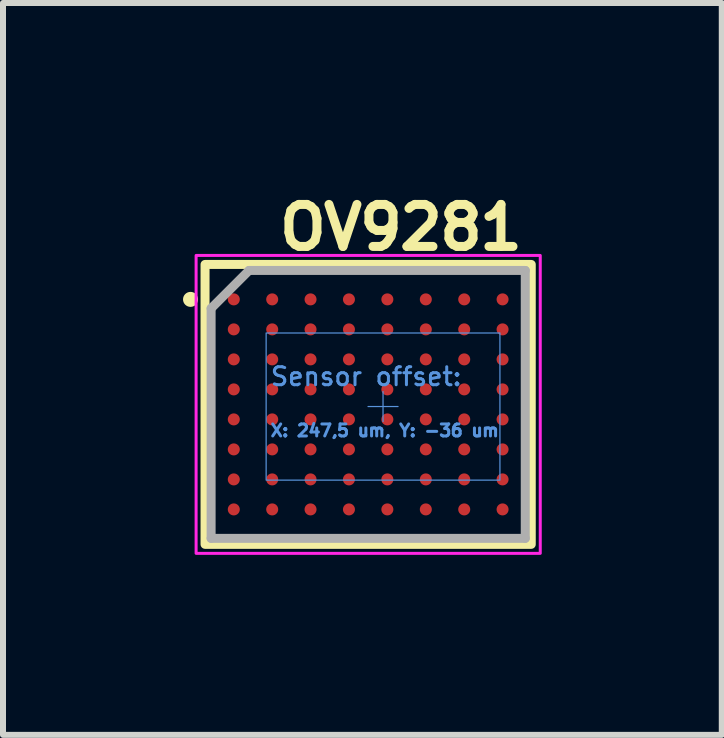
<source format=kicad_pcb>
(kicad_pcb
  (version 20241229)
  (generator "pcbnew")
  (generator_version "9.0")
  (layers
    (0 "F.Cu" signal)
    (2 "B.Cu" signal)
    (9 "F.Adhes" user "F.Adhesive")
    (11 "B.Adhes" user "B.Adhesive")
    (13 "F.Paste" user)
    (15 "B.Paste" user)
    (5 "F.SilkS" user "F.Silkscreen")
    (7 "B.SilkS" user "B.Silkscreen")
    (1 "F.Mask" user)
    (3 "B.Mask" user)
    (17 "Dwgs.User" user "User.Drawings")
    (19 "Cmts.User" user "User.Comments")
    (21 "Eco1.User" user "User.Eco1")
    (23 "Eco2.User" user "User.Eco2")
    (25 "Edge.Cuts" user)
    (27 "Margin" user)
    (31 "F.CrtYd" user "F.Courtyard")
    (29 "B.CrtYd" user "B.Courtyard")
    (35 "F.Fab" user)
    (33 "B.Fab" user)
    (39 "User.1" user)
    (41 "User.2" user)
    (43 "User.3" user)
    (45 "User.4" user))
  (footprint "OV9281"
    (layer "F.Cu")
    (at 3.333 3.725)
    (property "Reference" "OV9281" (at -1.8 -2.575 0) (unlocked yes) (layer "F.SilkS") (effects (font (size 0.7 0.7) (thickness 0.15)) (justify left bottom)))
    (attr smd)
    (fp_rect (start -2.966 -2.368) (end 2.47 2.296) (stroke (width 0.15) (type solid)) (fill no) (layer "F.SilkS"))
    (fp_circle (center -3.208 -1.786) (end -3.158 -1.786) (stroke (width 0.15) (type solid)) (fill yes) (layer "F.SilkS"))
    (fp_line (start -0.25 0) (end 0.25 0) (stroke (width 0.02) (type solid)) (layer "Cmts.User"))
    (fp_line (start 0 -0.25) (end 0 0.25) (stroke (width 0.02) (type solid)) (layer "Cmts.User"))
    (fp_rect (start -1.948 -1.226) (end 1.948 1.226) (stroke (width 0.02) (type solid)) (fill no) (layer "Cmts.User"))
    (fp_rect (start -3.115 -2.518) (end 2.62 2.446) (stroke (width 0.05) (type solid)) (fill no) (layer "F.CrtYd"))
    (fp_line (start -2.865 -1.636) (end -2.865 2.196) (stroke (width 0.15) (type solid)) (layer "F.Fab"))
    (fp_line (start -2.865 -1.636) (end -2.233 -2.268) (stroke (width 0.15) (type solid)) (layer "F.Fab"))
    (fp_line (start -2.865 2.196) (end 2.37 2.196) (stroke (width 0.15) (type solid)) (layer "F.Fab"))
    (fp_line (start 2.37 -2.268) (end -2.233 -2.268) (stroke (width 0.15) (type solid)) (layer "F.Fab"))
    (fp_line (start 2.37 2.196) (end 2.37 -2.268) (stroke (width 0.15) (type solid)) (layer "F.Fab"))
    (fp_rect (start -2.865 -2.268) (end 2.37 2.196) (stroke (width 0.1) (type solid)) (fill no) (layer "User.5"))
    (fp_rect (start -2.865 -2.268) (end 2.37 2.196) (stroke (width 0.02) (type solid)) (fill no) (layer "User.9"))
    (fp_text user "X: 247,5 um, Y: -36 um" (at -1.9 0.4 0) (layer "Cmts.User") (effects (font (size 0.2 0.2) (thickness 0.05)) (justify left)))
    (fp_text user "Sensor offset:" (at -1.9 -0.5 0) (layer "Cmts.User") (effects (font (size 0.3 0.3) (thickness 0.05)) (justify left)))
    (pad "A1" smd circle (at -2.487 -1.786) (size 0.2 0.2) (layers "F.Cu" "F.Mask" "F.Paste"))
    (pad "A2" smd circle (at -1.847 -1.786) (size 0.2 0.2) (layers "F.Cu" "F.Mask" "F.Paste"))
    (pad "A3" smd circle (at -1.208 -1.786) (size 0.2 0.2) (layers "F.Cu" "F.Mask" "F.Paste"))
    (pad "A4" smd circle (at -0.568 -1.786) (size 0.2 0.2) (layers "F.Cu" "F.Mask" "F.Paste"))
    (pad "A5" smd circle (at 0.072 -1.786) (size 0.2 0.2) (layers "F.Cu" "F.Mask" "F.Paste"))
    (pad "A6" smd circle (at 0.713 -1.786) (size 0.2 0.2) (layers "F.Cu" "F.Mask" "F.Paste"))
    (pad "A7" smd circle (at 1.353 -1.786) (size 0.2 0.2) (layers "F.Cu" "F.Mask" "F.Paste"))
    (pad "A8" smd circle (at 1.992 -1.786) (size 0.2 0.2) (layers "F.Cu" "F.Mask" "F.Paste"))
    (pad "B1" smd circle (at -2.487 -1.286) (size 0.2 0.2) (layers "F.Cu" "F.Mask" "F.Paste"))
    (pad "B2" smd circle (at -1.847 -1.286) (size 0.2 0.2) (layers "F.Cu" "F.Mask" "F.Paste"))
    (pad "B3" smd circle (at -1.208 -1.286) (size 0.2 0.2) (layers "F.Cu" "F.Mask" "F.Paste"))
    (pad "B4" smd circle (at -0.568 -1.286) (size 0.2 0.2) (layers "F.Cu" "F.Mask" "F.Paste"))
    (pad "B5" smd circle (at 0.072 -1.286) (size 0.2 0.2) (layers "F.Cu" "F.Mask" "F.Paste"))
    (pad "B6" smd circle (at 0.713 -1.286) (size 0.2 0.2) (layers "F.Cu" "F.Mask" "F.Paste"))
    (pad "B7" smd circle (at 1.353 -1.286) (size 0.2 0.2) (layers "F.Cu" "F.Mask" "F.Paste"))
    (pad "B8" smd circle (at 1.992 -1.286) (size 0.2 0.2) (layers "F.Cu" "F.Mask" "F.Paste"))
    (pad "C1" smd circle (at -2.487 -0.786) (size 0.2 0.2) (layers "F.Cu" "F.Mask" "F.Paste"))
    (pad "C2" smd circle (at -1.847 -0.786) (size 0.2 0.2) (layers "F.Cu" "F.Mask" "F.Paste"))
    (pad "C3" smd circle (at -1.208 -0.786) (size 0.2 0.2) (layers "F.Cu" "F.Mask" "F.Paste"))
    (pad "C4" smd circle (at -0.568 -0.786) (size 0.2 0.2) (layers "F.Cu" "F.Mask" "F.Paste"))
    (pad "C5" smd circle (at 0.072 -0.786) (size 0.2 0.2) (layers "F.Cu" "F.Mask" "F.Paste"))
    (pad "C6" smd circle (at 0.713 -0.786) (size 0.2 0.2) (layers "F.Cu" "F.Mask" "F.Paste"))
    (pad "C7" smd circle (at 1.353 -0.786) (size 0.2 0.2) (layers "F.Cu" "F.Mask" "F.Paste"))
    (pad "C8" smd circle (at 1.992 -0.786) (size 0.2 0.2) (layers "F.Cu" "F.Mask" "F.Paste"))
    (pad "D1" smd circle (at -2.487 -0.286) (size 0.2 0.2) (layers "F.Cu" "F.Mask" "F.Paste"))
    (pad "D2" smd circle (at -1.847 -0.286) (size 0.2 0.2) (layers "F.Cu" "F.Mask" "F.Paste"))
    (pad "D3" smd circle (at -1.208 -0.286) (size 0.2 0.2) (layers "F.Cu" "F.Mask" "F.Paste"))
    (pad "D4" smd circle (at -0.568 -0.286) (size 0.2 0.2) (layers "F.Cu" "F.Mask" "F.Paste"))
    (pad "D5" smd circle (at 0.072 -0.286) (size 0.2 0.2) (layers "F.Cu" "F.Mask" "F.Paste"))
    (pad "D6" smd circle (at 0.713 -0.286) (size 0.2 0.2) (layers "F.Cu" "F.Mask" "F.Paste"))
    (pad "D7" smd circle (at 1.353 -0.286) (size 0.2 0.2) (layers "F.Cu" "F.Mask" "F.Paste"))
    (pad "D8" smd circle (at 1.992 -0.286) (size 0.2 0.2) (layers "F.Cu" "F.Mask" "F.Paste"))
    (pad "E1" smd circle (at -2.487 0.214) (size 0.2 0.2) (layers "F.Cu" "F.Mask" "F.Paste"))
    (pad "E2" smd circle (at -1.847 0.214) (size 0.2 0.2) (layers "F.Cu" "F.Mask" "F.Paste"))
    (pad "E3" smd circle (at -1.208 0.214) (size 0.2 0.2) (layers "F.Cu" "F.Mask" "F.Paste"))
    (pad "E4" smd circle (at -0.568 0.214) (size 0.2 0.2) (layers "F.Cu" "F.Mask" "F.Paste"))
    (pad "E5" smd circle (at 0.072 0.214) (size 0.2 0.2) (layers "F.Cu" "F.Mask" "F.Paste"))
    (pad "E6" smd circle (at 0.713 0.214) (size 0.2 0.2) (layers "F.Cu" "F.Mask" "F.Paste"))
    (pad "E7" smd circle (at 1.353 0.214) (size 0.2 0.2) (layers "F.Cu" "F.Mask" "F.Paste"))
    (pad "E8" smd circle (at 1.992 0.214) (size 0.2 0.2) (layers "F.Cu" "F.Mask" "F.Paste"))
    (pad "F1" smd circle (at -2.487 0.714) (size 0.2 0.2) (layers "F.Cu" "F.Mask" "F.Paste"))
    (pad "F2" smd circle (at -1.847 0.714) (size 0.2 0.2) (layers "F.Cu" "F.Mask" "F.Paste"))
    (pad "F3" smd circle (at -1.208 0.714) (size 0.2 0.2) (layers "F.Cu" "F.Mask" "F.Paste"))
    (pad "F4" smd circle (at -0.568 0.714) (size 0.2 0.2) (layers "F.Cu" "F.Mask" "F.Paste"))
    (pad "F5" smd circle (at 0.072 0.714) (size 0.2 0.2) (layers "F.Cu" "F.Mask" "F.Paste"))
    (pad "F6" smd circle (at 0.713 0.714) (size 0.2 0.2) (layers "F.Cu" "F.Mask" "F.Paste"))
    (pad "F7" smd circle (at 1.353 0.714) (size 0.2 0.2) (layers "F.Cu" "F.Mask" "F.Paste"))
    (pad "F8" smd circle (at 1.992 0.714) (size 0.2 0.2) (layers "F.Cu" "F.Mask" "F.Paste"))
    (pad "G1" smd circle (at -2.487 1.214) (size 0.2 0.2) (layers "F.Cu" "F.Mask" "F.Paste"))
    (pad "G2" smd circle (at -1.847 1.214) (size 0.2 0.2) (layers "F.Cu" "F.Mask" "F.Paste"))
    (pad "G3" smd circle (at -1.208 1.214) (size 0.2 0.2) (layers "F.Cu" "F.Mask" "F.Paste"))
    (pad "G4" smd circle (at -0.568 1.214) (size 0.2 0.2) (layers "F.Cu" "F.Mask" "F.Paste"))
    (pad "G5" smd circle (at 0.072 1.214) (size 0.2 0.2) (layers "F.Cu" "F.Mask" "F.Paste"))
    (pad "G6" smd circle (at 0.713 1.214) (size 0.2 0.2) (layers "F.Cu" "F.Mask" "F.Paste"))
    (pad "G7" smd circle (at 1.353 1.214) (size 0.2 0.2) (layers "F.Cu" "F.Mask" "F.Paste"))
    (pad "G8" smd circle (at 1.992 1.214) (size 0.2 0.2) (layers "F.Cu" "F.Mask" "F.Paste"))
    (pad "H1" smd circle (at -2.487 1.714) (size 0.2 0.2) (layers "F.Cu" "F.Mask" "F.Paste"))
    (pad "H2" smd circle (at -1.847 1.714) (size 0.2 0.2) (layers "F.Cu" "F.Mask" "F.Paste"))
    (pad "H3" smd circle (at -1.208 1.714) (size 0.2 0.2) (layers "F.Cu" "F.Mask" "F.Paste"))
    (pad "H4" smd circle (at -0.568 1.714) (size 0.2 0.2) (layers "F.Cu" "F.Mask" "F.Paste"))
    (pad "H5" smd circle (at 0.072 1.714) (size 0.2 0.2) (layers "F.Cu" "F.Mask" "F.Paste"))
    (pad "H6" smd circle (at 0.713 1.714) (size 0.2 0.2) (layers "F.Cu" "F.Mask" "F.Paste"))
    (pad "H7" smd circle (at 1.353 1.714) (size 0.2 0.2) (layers "F.Cu" "F.Mask" "F.Paste"))
    (pad "H8" smd circle (at 1.992 1.714) (size 0.2 0.2) (layers "F.Cu" "F.Mask" "F.Paste")))
  (gr_rect
    (start -3 -3)
    (end 8.978 9.196)
    (stroke (width 0.1) (type default))
    (fill no)
    (layer "Edge.Cuts")))
</source>
